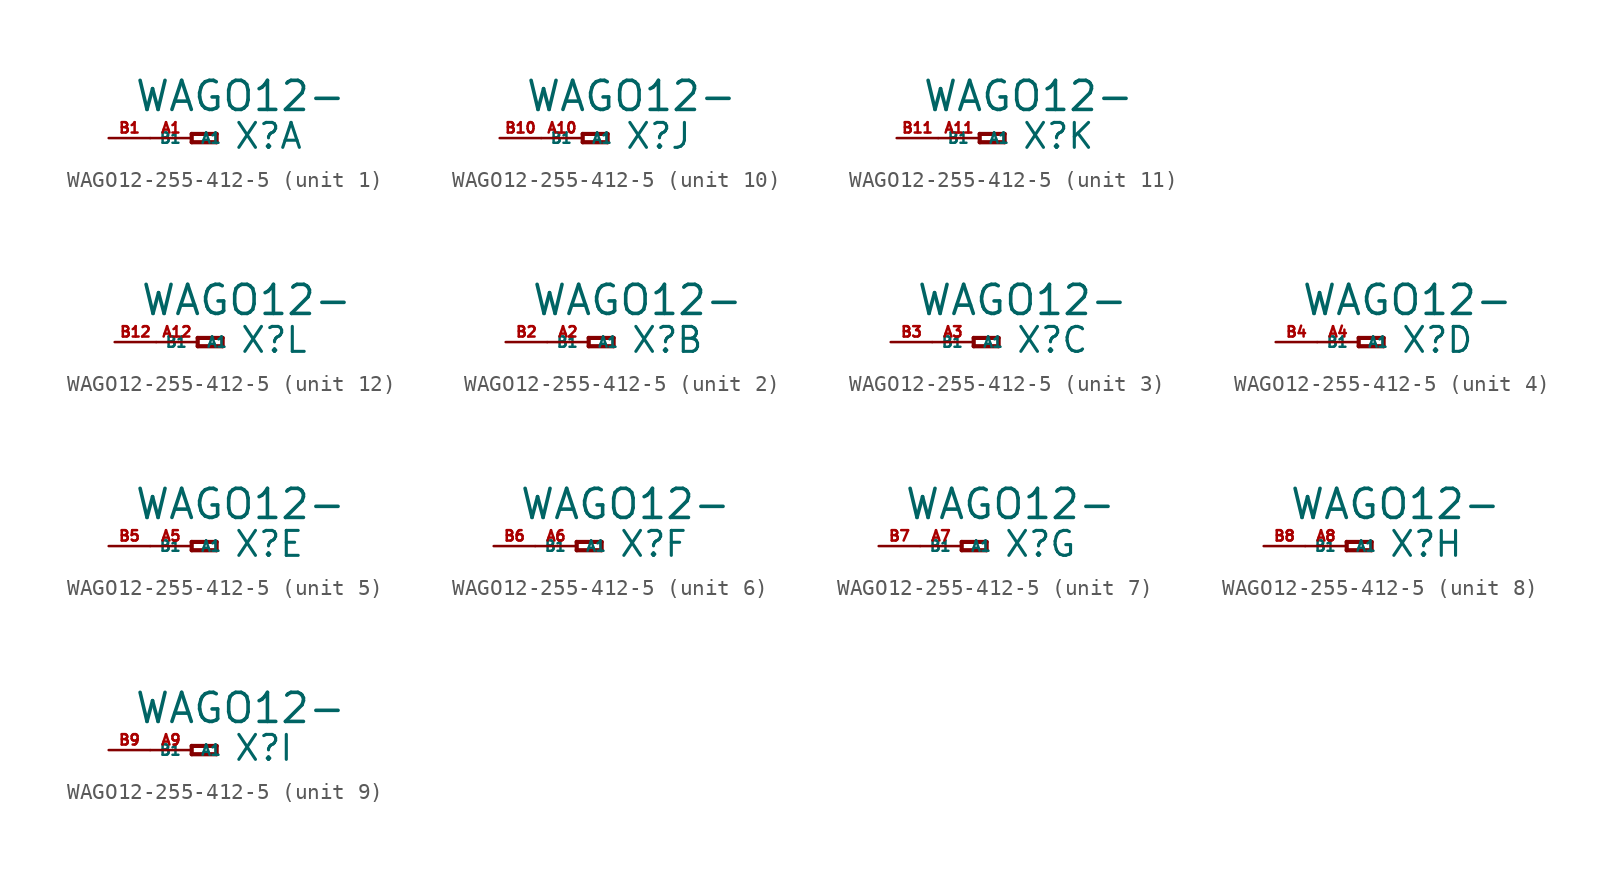
<source format=kicad_sym>
(kicad_symbol_lib
  (version 20220914)
  (generator Eagle2Kicad)
  (symbol "WAGO12-255-412-5"
    (property "Reference" "X"
      (at 2.54 -0.762 0)
      (effects (font (size 1.524 1.524) (thickness 0.19)) (justify left bottom)))
    (property "Value" "WAGO12-"
      (at -3.556 1.524 0)
      (effects (font (size 1.778 1.778) (thickness 0.22)) (justify left bottom)))
    (symbol "WAGO12-255-412-5_1_0"
      (polyline (pts (xy 0 0.254) (xy 0 -0.254)) (stroke (width 0.254) (type default)) (fill (type none)))
      (polyline (pts (xy 0 -0.254) (xy 1.524 -0.254)) (stroke (width 0.254) (type default)) (fill (type none)))
      (polyline (pts (xy 1.524 -0.254) (xy 1.524 0.254)) (stroke (width 0.254) (type default)) (fill (type none)))
      (polyline (pts (xy 1.524 0.254) (xy 0 0.254)) (stroke (width 0.254) (type default)) (fill (type none)))
      (pin passive line (at -2.54 0 0) (length 2.54) (name "A1" (effects (font (size 0.635 0.635) (thickness 0.08)) (justify left bottom))) (number "A1" (effects (font (size 0.635 0.635) (thickness 0.08)) (justify left bottom))))
      (pin passive line (at -5.08 0 0) (length 2.54) (name "B1" (effects (font (size 0.635 0.635) (thickness 0.08)) (justify left bottom))) (number "B1" (effects (font (size 0.635 0.635) (thickness 0.08)) (justify left bottom)))))
    (symbol "WAGO12-255-412-5_2_0"
      (polyline (pts (xy 0 0.254) (xy 0 -0.254)) (stroke (width 0.254) (type default)) (fill (type none)))
      (polyline (pts (xy 0 -0.254) (xy 1.524 -0.254)) (stroke (width 0.254) (type default)) (fill (type none)))
      (polyline (pts (xy 1.524 -0.254) (xy 1.524 0.254)) (stroke (width 0.254) (type default)) (fill (type none)))
      (polyline (pts (xy 1.524 0.254) (xy 0 0.254)) (stroke (width 0.254) (type default)) (fill (type none)))
      (pin passive line (at -2.54 0 0) (length 2.54) (name "A1" (effects (font (size 0.635 0.635) (thickness 0.08)) (justify left bottom))) (number "A2" (effects (font (size 0.635 0.635) (thickness 0.08)) (justify left bottom))))
      (pin passive line (at -5.08 0 0) (length 2.54) (name "B1" (effects (font (size 0.635 0.635) (thickness 0.08)) (justify left bottom))) (number "B2" (effects (font (size 0.635 0.635) (thickness 0.08)) (justify left bottom)))))
    (symbol "WAGO12-255-412-5_3_0"
      (polyline (pts (xy 0 0.254) (xy 0 -0.254)) (stroke (width 0.254) (type default)) (fill (type none)))
      (polyline (pts (xy 0 -0.254) (xy 1.524 -0.254)) (stroke (width 0.254) (type default)) (fill (type none)))
      (polyline (pts (xy 1.524 -0.254) (xy 1.524 0.254)) (stroke (width 0.254) (type default)) (fill (type none)))
      (polyline (pts (xy 1.524 0.254) (xy 0 0.254)) (stroke (width 0.254) (type default)) (fill (type none)))
      (pin passive line (at -2.54 0 0) (length 2.54) (name "A1" (effects (font (size 0.635 0.635) (thickness 0.08)) (justify left bottom))) (number "A3" (effects (font (size 0.635 0.635) (thickness 0.08)) (justify left bottom))))
      (pin passive line (at -5.08 0 0) (length 2.54) (name "B1" (effects (font (size 0.635 0.635) (thickness 0.08)) (justify left bottom))) (number "B3" (effects (font (size 0.635 0.635) (thickness 0.08)) (justify left bottom)))))
    (symbol "WAGO12-255-412-5_4_0"
      (polyline (pts (xy 0 0.254) (xy 0 -0.254)) (stroke (width 0.254) (type default)) (fill (type none)))
      (polyline (pts (xy 0 -0.254) (xy 1.524 -0.254)) (stroke (width 0.254) (type default)) (fill (type none)))
      (polyline (pts (xy 1.524 -0.254) (xy 1.524 0.254)) (stroke (width 0.254) (type default)) (fill (type none)))
      (polyline (pts (xy 1.524 0.254) (xy 0 0.254)) (stroke (width 0.254) (type default)) (fill (type none)))
      (pin passive line (at -2.54 0 0) (length 2.54) (name "A1" (effects (font (size 0.635 0.635) (thickness 0.08)) (justify left bottom))) (number "A4" (effects (font (size 0.635 0.635) (thickness 0.08)) (justify left bottom))))
      (pin passive line (at -5.08 0 0) (length 2.54) (name "B1" (effects (font (size 0.635 0.635) (thickness 0.08)) (justify left bottom))) (number "B4" (effects (font (size 0.635 0.635) (thickness 0.08)) (justify left bottom)))))
    (symbol "WAGO12-255-412-5_5_0"
      (polyline (pts (xy 0 0.254) (xy 0 -0.254)) (stroke (width 0.254) (type default)) (fill (type none)))
      (polyline (pts (xy 0 -0.254) (xy 1.524 -0.254)) (stroke (width 0.254) (type default)) (fill (type none)))
      (polyline (pts (xy 1.524 -0.254) (xy 1.524 0.254)) (stroke (width 0.254) (type default)) (fill (type none)))
      (polyline (pts (xy 1.524 0.254) (xy 0 0.254)) (stroke (width 0.254) (type default)) (fill (type none)))
      (pin passive line (at -2.54 0 0) (length 2.54) (name "A1" (effects (font (size 0.635 0.635) (thickness 0.08)) (justify left bottom))) (number "A5" (effects (font (size 0.635 0.635) (thickness 0.08)) (justify left bottom))))
      (pin passive line (at -5.08 0 0) (length 2.54) (name "B1" (effects (font (size 0.635 0.635) (thickness 0.08)) (justify left bottom))) (number "B5" (effects (font (size 0.635 0.635) (thickness 0.08)) (justify left bottom)))))
    (symbol "WAGO12-255-412-5_6_0"
      (polyline (pts (xy 0 0.254) (xy 0 -0.254)) (stroke (width 0.254) (type default)) (fill (type none)))
      (polyline (pts (xy 0 -0.254) (xy 1.524 -0.254)) (stroke (width 0.254) (type default)) (fill (type none)))
      (polyline (pts (xy 1.524 -0.254) (xy 1.524 0.254)) (stroke (width 0.254) (type default)) (fill (type none)))
      (polyline (pts (xy 1.524 0.254) (xy 0 0.254)) (stroke (width 0.254) (type default)) (fill (type none)))
      (pin passive line (at -2.54 0 0) (length 2.54) (name "A1" (effects (font (size 0.635 0.635) (thickness 0.08)) (justify left bottom))) (number "A6" (effects (font (size 0.635 0.635) (thickness 0.08)) (justify left bottom))))
      (pin passive line (at -5.08 0 0) (length 2.54) (name "B1" (effects (font (size 0.635 0.635) (thickness 0.08)) (justify left bottom))) (number "B6" (effects (font (size 0.635 0.635) (thickness 0.08)) (justify left bottom)))))
    (symbol "WAGO12-255-412-5_7_0"
      (polyline (pts (xy 0 0.254) (xy 0 -0.254)) (stroke (width 0.254) (type default)) (fill (type none)))
      (polyline (pts (xy 0 -0.254) (xy 1.524 -0.254)) (stroke (width 0.254) (type default)) (fill (type none)))
      (polyline (pts (xy 1.524 -0.254) (xy 1.524 0.254)) (stroke (width 0.254) (type default)) (fill (type none)))
      (polyline (pts (xy 1.524 0.254) (xy 0 0.254)) (stroke (width 0.254) (type default)) (fill (type none)))
      (pin passive line (at -2.54 0 0) (length 2.54) (name "A1" (effects (font (size 0.635 0.635) (thickness 0.08)) (justify left bottom))) (number "A7" (effects (font (size 0.635 0.635) (thickness 0.08)) (justify left bottom))))
      (pin passive line (at -5.08 0 0) (length 2.54) (name "B1" (effects (font (size 0.635 0.635) (thickness 0.08)) (justify left bottom))) (number "B7" (effects (font (size 0.635 0.635) (thickness 0.08)) (justify left bottom)))))
    (symbol "WAGO12-255-412-5_8_0"
      (polyline (pts (xy 0 0.254) (xy 0 -0.254)) (stroke (width 0.254) (type default)) (fill (type none)))
      (polyline (pts (xy 0 -0.254) (xy 1.524 -0.254)) (stroke (width 0.254) (type default)) (fill (type none)))
      (polyline (pts (xy 1.524 -0.254) (xy 1.524 0.254)) (stroke (width 0.254) (type default)) (fill (type none)))
      (polyline (pts (xy 1.524 0.254) (xy 0 0.254)) (stroke (width 0.254) (type default)) (fill (type none)))
      (pin passive line (at -2.54 0 0) (length 2.54) (name "A1" (effects (font (size 0.635 0.635) (thickness 0.08)) (justify left bottom))) (number "A8" (effects (font (size 0.635 0.635) (thickness 0.08)) (justify left bottom))))
      (pin passive line (at -5.08 0 0) (length 2.54) (name "B1" (effects (font (size 0.635 0.635) (thickness 0.08)) (justify left bottom))) (number "B8" (effects (font (size 0.635 0.635) (thickness 0.08)) (justify left bottom)))))
    (symbol "WAGO12-255-412-5_9_0"
      (polyline (pts (xy 0 0.254) (xy 0 -0.254)) (stroke (width 0.254) (type default)) (fill (type none)))
      (polyline (pts (xy 0 -0.254) (xy 1.524 -0.254)) (stroke (width 0.254) (type default)) (fill (type none)))
      (polyline (pts (xy 1.524 -0.254) (xy 1.524 0.254)) (stroke (width 0.254) (type default)) (fill (type none)))
      (polyline (pts (xy 1.524 0.254) (xy 0 0.254)) (stroke (width 0.254) (type default)) (fill (type none)))
      (pin passive line (at -2.54 0 0) (length 2.54) (name "A1" (effects (font (size 0.635 0.635) (thickness 0.08)) (justify left bottom))) (number "A9" (effects (font (size 0.635 0.635) (thickness 0.08)) (justify left bottom))))
      (pin passive line (at -5.08 0 0) (length 2.54) (name "B1" (effects (font (size 0.635 0.635) (thickness 0.08)) (justify left bottom))) (number "B9" (effects (font (size 0.635 0.635) (thickness 0.08)) (justify left bottom)))))
    (symbol "WAGO12-255-412-5_10_0"
      (polyline (pts (xy 0 0.254) (xy 0 -0.254)) (stroke (width 0.254) (type default)) (fill (type none)))
      (polyline (pts (xy 0 -0.254) (xy 1.524 -0.254)) (stroke (width 0.254) (type default)) (fill (type none)))
      (polyline (pts (xy 1.524 -0.254) (xy 1.524 0.254)) (stroke (width 0.254) (type default)) (fill (type none)))
      (polyline (pts (xy 1.524 0.254) (xy 0 0.254)) (stroke (width 0.254) (type default)) (fill (type none)))
      (pin passive line (at -2.54 0 0) (length 2.54) (name "A1" (effects (font (size 0.635 0.635) (thickness 0.08)) (justify left bottom))) (number "A10" (effects (font (size 0.635 0.635) (thickness 0.08)) (justify left bottom))))
      (pin passive line (at -5.08 0 0) (length 2.54) (name "B1" (effects (font (size 0.635 0.635) (thickness 0.08)) (justify left bottom))) (number "B10" (effects (font (size 0.635 0.635) (thickness 0.08)) (justify left bottom)))))
    (symbol "WAGO12-255-412-5_11_0"
      (polyline (pts (xy 0 0.254) (xy 0 -0.254)) (stroke (width 0.254) (type default)) (fill (type none)))
      (polyline (pts (xy 0 -0.254) (xy 1.524 -0.254)) (stroke (width 0.254) (type default)) (fill (type none)))
      (polyline (pts (xy 1.524 -0.254) (xy 1.524 0.254)) (stroke (width 0.254) (type default)) (fill (type none)))
      (polyline (pts (xy 1.524 0.254) (xy 0 0.254)) (stroke (width 0.254) (type default)) (fill (type none)))
      (pin passive line (at -2.54 0 0) (length 2.54) (name "A1" (effects (font (size 0.635 0.635) (thickness 0.08)) (justify left bottom))) (number "A11" (effects (font (size 0.635 0.635) (thickness 0.08)) (justify left bottom))))
      (pin passive line (at -5.08 0 0) (length 2.54) (name "B1" (effects (font (size 0.635 0.635) (thickness 0.08)) (justify left bottom))) (number "B11" (effects (font (size 0.635 0.635) (thickness 0.08)) (justify left bottom)))))
    (symbol "WAGO12-255-412-5_12_0"
      (polyline (pts (xy 0 0.254) (xy 0 -0.254)) (stroke (width 0.254) (type default)) (fill (type none)))
      (polyline (pts (xy 0 -0.254) (xy 1.524 -0.254)) (stroke (width 0.254) (type default)) (fill (type none)))
      (polyline (pts (xy 1.524 -0.254) (xy 1.524 0.254)) (stroke (width 0.254) (type default)) (fill (type none)))
      (polyline (pts (xy 1.524 0.254) (xy 0 0.254)) (stroke (width 0.254) (type default)) (fill (type none)))
      (pin passive line (at -2.54 0 0) (length 2.54) (name "A1" (effects (font (size 0.635 0.635) (thickness 0.08)) (justify left bottom))) (number "A12" (effects (font (size 0.635 0.635) (thickness 0.08)) (justify left bottom))))
      (pin passive line (at -5.08 0 0) (length 2.54) (name "B1" (effects (font (size 0.635 0.635) (thickness 0.08)) (justify left bottom))) (number "B12" (effects (font (size 0.635 0.635) (thickness 0.08)) (justify left bottom)))))))
</source>
